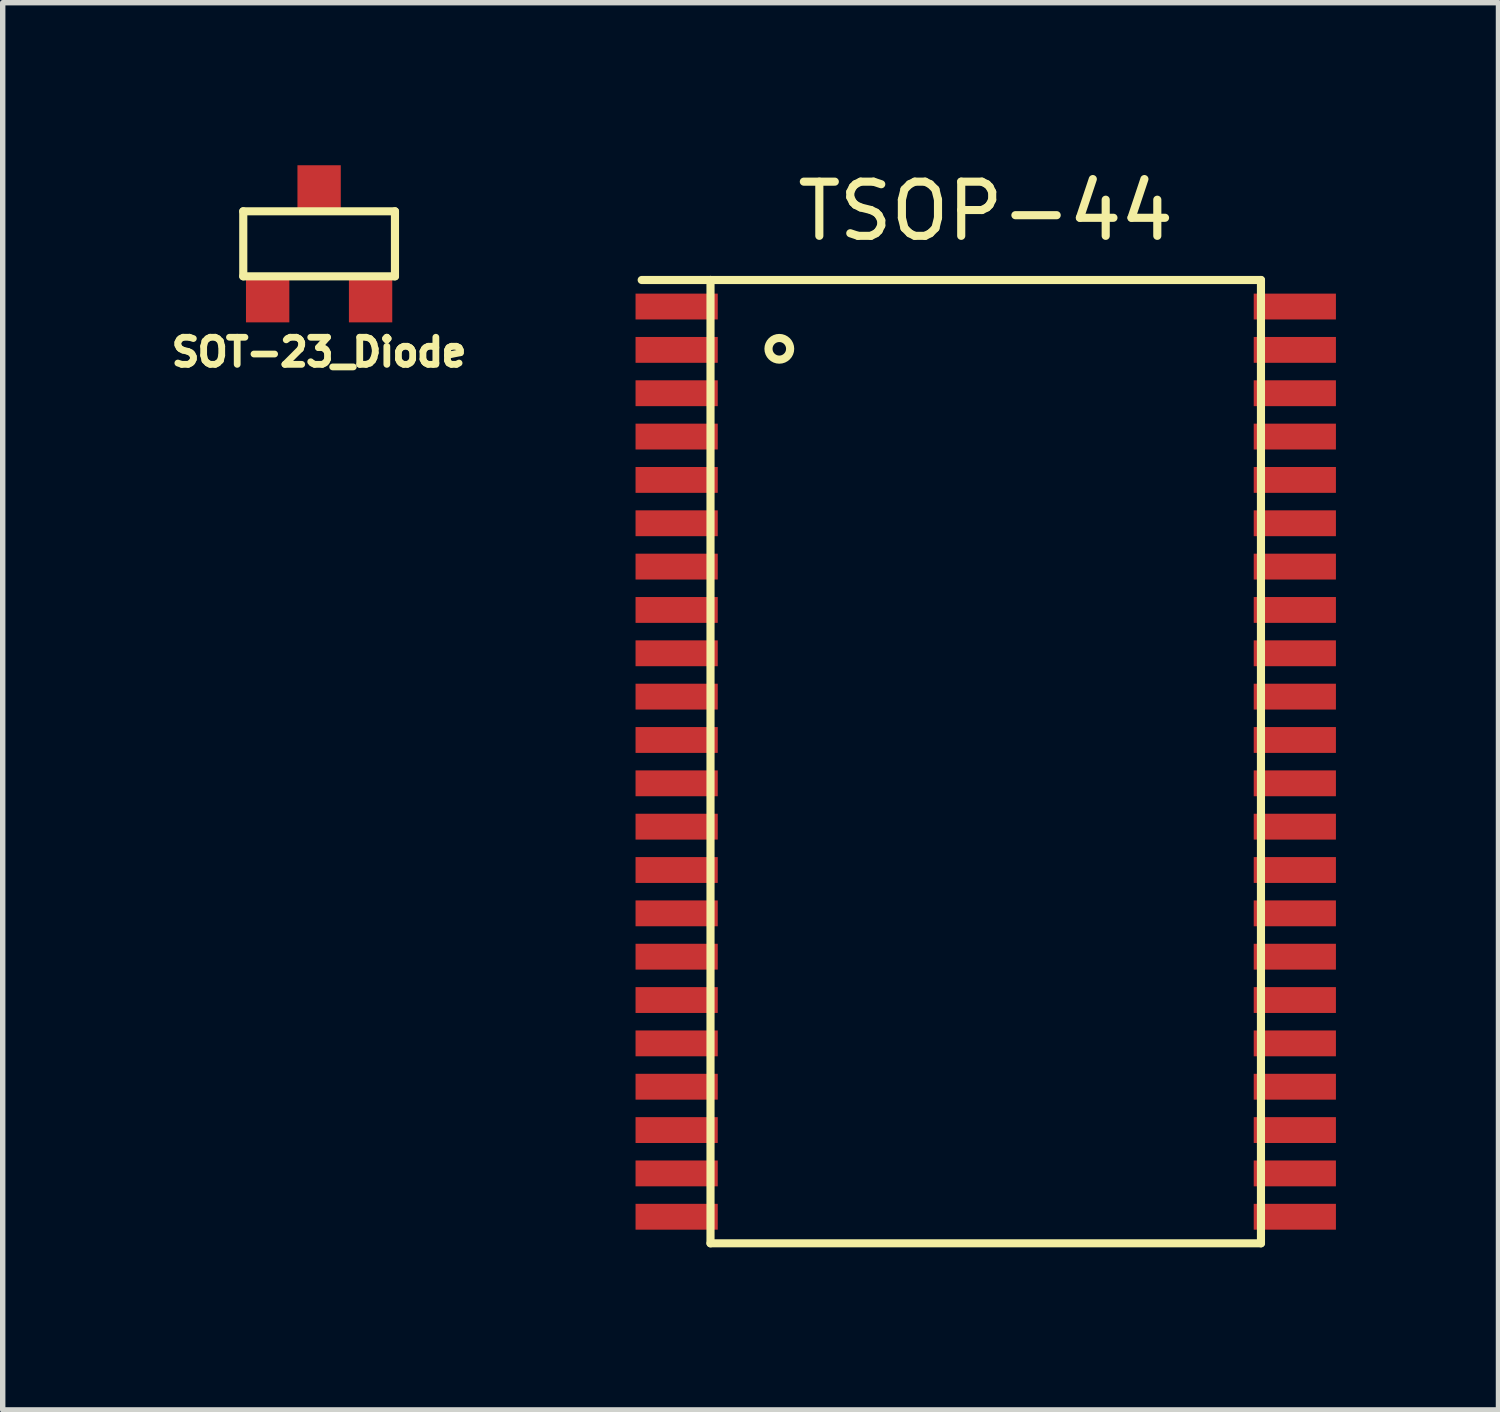
<source format=kicad_pcb>
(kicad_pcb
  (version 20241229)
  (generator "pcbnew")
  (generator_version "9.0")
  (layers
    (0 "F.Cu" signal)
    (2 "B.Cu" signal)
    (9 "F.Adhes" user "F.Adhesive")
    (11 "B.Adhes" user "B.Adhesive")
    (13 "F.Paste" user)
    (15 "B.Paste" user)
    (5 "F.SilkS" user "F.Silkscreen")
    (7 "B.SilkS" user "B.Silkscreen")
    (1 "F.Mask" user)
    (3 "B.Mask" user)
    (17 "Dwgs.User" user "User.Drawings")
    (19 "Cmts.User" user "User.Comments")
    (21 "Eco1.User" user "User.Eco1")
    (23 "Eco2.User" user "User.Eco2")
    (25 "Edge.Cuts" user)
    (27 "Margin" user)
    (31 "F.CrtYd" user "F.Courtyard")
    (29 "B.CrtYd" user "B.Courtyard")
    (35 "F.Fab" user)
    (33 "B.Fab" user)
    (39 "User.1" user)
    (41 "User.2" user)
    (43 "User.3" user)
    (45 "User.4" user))
  (footprint "SOT-23_Diode"
    (layer "F.Cu")
    (at 2.84 1.45)
    (property "Reference" "SOT-23_Diode" (at 0 2 0) (layer "F.SilkS") (effects (font (size 0.5 0.5) (thickness 0.125))))
    (attr through_hole)
    (fp_line (start -1.4 -0.6) (end -1.4 0.6) (stroke (width 0.15) (type solid)) (layer "F.SilkS"))
    (fp_line (start -1.4 -0.6) (end 1.4 -0.6) (stroke (width 0.15) (type solid)) (layer "F.SilkS"))
    (fp_line (start -1.4 0.6) (end 1.4 0.6) (stroke (width 0.15) (type solid)) (layer "F.SilkS"))
    (fp_line (start 1.4 -0.6) (end 1.4 0.6) (stroke (width 0.15) (type solid)) (layer "F.SilkS"))
    (pad "1" smd rect (at -0.95 1) (size 0.8 0.9) (layers "F.Cu" "F.Mask" "F.Paste"))
    (pad "2" smd rect (at 0 -1) (size 0.8 0.9) (layers "F.Cu" "F.Mask" "F.Paste"))
    (pad "3" smd rect (at 0.95 1) (size 0.8 0.9) (layers "F.Cu" "F.Mask" "F.Paste")))
  (footprint "TSOP-44"
    (layer "F.Cu")
    (at 15.144 11.008)
    (property "Reference" "TSOP-44" (at 0 -10.16 0) (layer "F.SilkS") (effects (font (size 1 1) (thickness 0.15))))
    (attr through_hole)
    (fp_line (start -6.35 -8.89) (end -5.08 -8.89) (stroke (width 0.15) (type solid)) (layer "F.SilkS"))
    (fp_line (start -5.08 -8.89) (end -5.08 8.89) (stroke (width 0.15) (type solid)) (layer "F.SilkS"))
    (fp_line (start -5.08 8.89) (end 5.08 8.89) (stroke (width 0.15) (type solid)) (layer "F.SilkS"))
    (fp_line (start 5.08 -8.89) (end -5.08 -8.89) (stroke (width 0.15) (type solid)) (layer "F.SilkS"))
    (fp_line (start 5.08 8.89) (end 5.08 -8.89) (stroke (width 0.15) (type solid)) (layer "F.SilkS"))
    (fp_circle (center -3.81 -7.62) (end -3.81 -7.42) (stroke (width 0.15) (type solid)) (fill no) (layer "F.SilkS"))
    (pad "1" smd rect (at -5.705 -8.4) (size 1.517 0.477) (layers "F.Cu" "F.Mask" "F.Paste"))
    (pad "2" smd rect (at -5.705 -7.6) (size 1.517 0.477) (layers "F.Cu" "F.Mask" "F.Paste"))
    (pad "3" smd rect (at -5.705 -6.8) (size 1.517 0.477) (layers "F.Cu" "F.Mask" "F.Paste"))
    (pad "4" smd rect (at -5.705 -6) (size 1.517 0.477) (layers "F.Cu" "F.Mask" "F.Paste"))
    (pad "5" smd rect (at -5.705 -5.2) (size 1.517 0.477) (layers "F.Cu" "F.Mask" "F.Paste"))
    (pad "6" smd rect (at -5.705 -4.4) (size 1.517 0.477) (layers "F.Cu" "F.Mask" "F.Paste"))
    (pad "7" smd rect (at -5.705 -3.6) (size 1.517 0.477) (layers "F.Cu" "F.Mask" "F.Paste"))
    (pad "8" smd rect (at -5.705 -2.8) (size 1.517 0.477) (layers "F.Cu" "F.Mask" "F.Paste"))
    (pad "9" smd rect (at -5.705 -2) (size 1.517 0.477) (layers "F.Cu" "F.Mask" "F.Paste"))
    (pad "10" smd rect (at -5.705 -1.2) (size 1.517 0.477) (layers "F.Cu" "F.Mask" "F.Paste"))
    (pad "11" smd rect (at -5.705 -0.4) (size 1.517 0.477) (layers "F.Cu" "F.Mask" "F.Paste"))
    (pad "12" smd rect (at -5.705 0.4) (size 1.517 0.477) (layers "F.Cu" "F.Mask" "F.Paste"))
    (pad "13" smd rect (at -5.705 1.2) (size 1.517 0.477) (layers "F.Cu" "F.Mask" "F.Paste"))
    (pad "14" smd rect (at -5.705 2) (size 1.517 0.477) (layers "F.Cu" "F.Mask" "F.Paste"))
    (pad "15" smd rect (at -5.705 2.8) (size 1.517 0.477) (layers "F.Cu" "F.Mask" "F.Paste"))
    (pad "16" smd rect (at -5.705 3.6) (size 1.517 0.477) (layers "F.Cu" "F.Mask" "F.Paste"))
    (pad "17" smd rect (at -5.705 4.4) (size 1.517 0.477) (layers "F.Cu" "F.Mask" "F.Paste"))
    (pad "18" smd rect (at -5.705 5.2) (size 1.517 0.477) (layers "F.Cu" "F.Mask" "F.Paste"))
    (pad "19" smd rect (at -5.705 6) (size 1.517 0.477) (layers "F.Cu" "F.Mask" "F.Paste"))
    (pad "20" smd rect (at -5.705 6.8) (size 1.517 0.477) (layers "F.Cu" "F.Mask" "F.Paste"))
    (pad "21" smd rect (at -5.705 7.6) (size 1.517 0.477) (layers "F.Cu" "F.Mask" "F.Paste"))
    (pad "22" smd rect (at -5.705 8.4) (size 1.517 0.477) (layers "F.Cu" "F.Mask" "F.Paste"))
    (pad "23" smd rect (at 5.705 8.4) (size 1.517 0.477) (layers "F.Cu" "F.Mask" "F.Paste"))
    (pad "24" smd rect (at 5.705 7.6) (size 1.517 0.477) (layers "F.Cu" "F.Mask" "F.Paste"))
    (pad "25" smd rect (at 5.705 6.8) (size 1.517 0.477) (layers "F.Cu" "F.Mask" "F.Paste"))
    (pad "26" smd rect (at 5.705 6) (size 1.517 0.477) (layers "F.Cu" "F.Mask" "F.Paste"))
    (pad "27" smd rect (at 5.705 5.2) (size 1.517 0.477) (layers "F.Cu" "F.Mask" "F.Paste"))
    (pad "28" smd rect (at 5.705 4.4) (size 1.517 0.477) (layers "F.Cu" "F.Mask" "F.Paste"))
    (pad "29" smd rect (at 5.705 3.6) (size 1.517 0.477) (layers "F.Cu" "F.Mask" "F.Paste"))
    (pad "30" smd rect (at 5.705 2.8) (size 1.517 0.477) (layers "F.Cu" "F.Mask" "F.Paste"))
    (pad "31" smd rect (at 5.705 2) (size 1.517 0.477) (layers "F.Cu" "F.Mask" "F.Paste"))
    (pad "32" smd rect (at 5.705 1.2) (size 1.517 0.477) (layers "F.Cu" "F.Mask" "F.Paste"))
    (pad "33" smd rect (at 5.705 0.4) (size 1.517 0.477) (layers "F.Cu" "F.Mask" "F.Paste"))
    (pad "34" smd rect (at 5.705 -0.4) (size 1.517 0.477) (layers "F.Cu" "F.Mask" "F.Paste"))
    (pad "35" smd rect (at 5.705 -1.2) (size 1.517 0.477) (layers "F.Cu" "F.Mask" "F.Paste"))
    (pad "36" smd rect (at 5.705 -2) (size 1.517 0.477) (layers "F.Cu" "F.Mask" "F.Paste"))
    (pad "37" smd rect (at 5.705 -2.8) (size 1.517 0.477) (layers "F.Cu" "F.Mask" "F.Paste"))
    (pad "38" smd rect (at 5.705 -3.6) (size 1.517 0.477) (layers "F.Cu" "F.Mask" "F.Paste"))
    (pad "39" smd rect (at 5.705 -4.4) (size 1.517 0.477) (layers "F.Cu" "F.Mask" "F.Paste"))
    (pad "40" smd rect (at 5.705 -5.2) (size 1.517 0.477) (layers "F.Cu" "F.Mask" "F.Paste"))
    (pad "41" smd rect (at 5.705 -6) (size 1.517 0.477) (layers "F.Cu" "F.Mask" "F.Paste"))
    (pad "42" smd rect (at 5.705 -6.8) (size 1.517 0.477) (layers "F.Cu" "F.Mask" "F.Paste"))
    (pad "43" smd rect (at 5.705 -7.6) (size 1.517 0.477) (layers "F.Cu" "F.Mask" "F.Paste"))
    (pad "44" smd rect (at 5.705 -8.4) (size 1.517 0.477) (layers "F.Cu" "F.Mask" "F.Paste")))
  (gr_rect
    (start -3 -3)
    (end 24.608 22.973)
    (stroke (width 0.1) (type default))
    (fill no)
    (layer "Edge.Cuts")))
</source>
